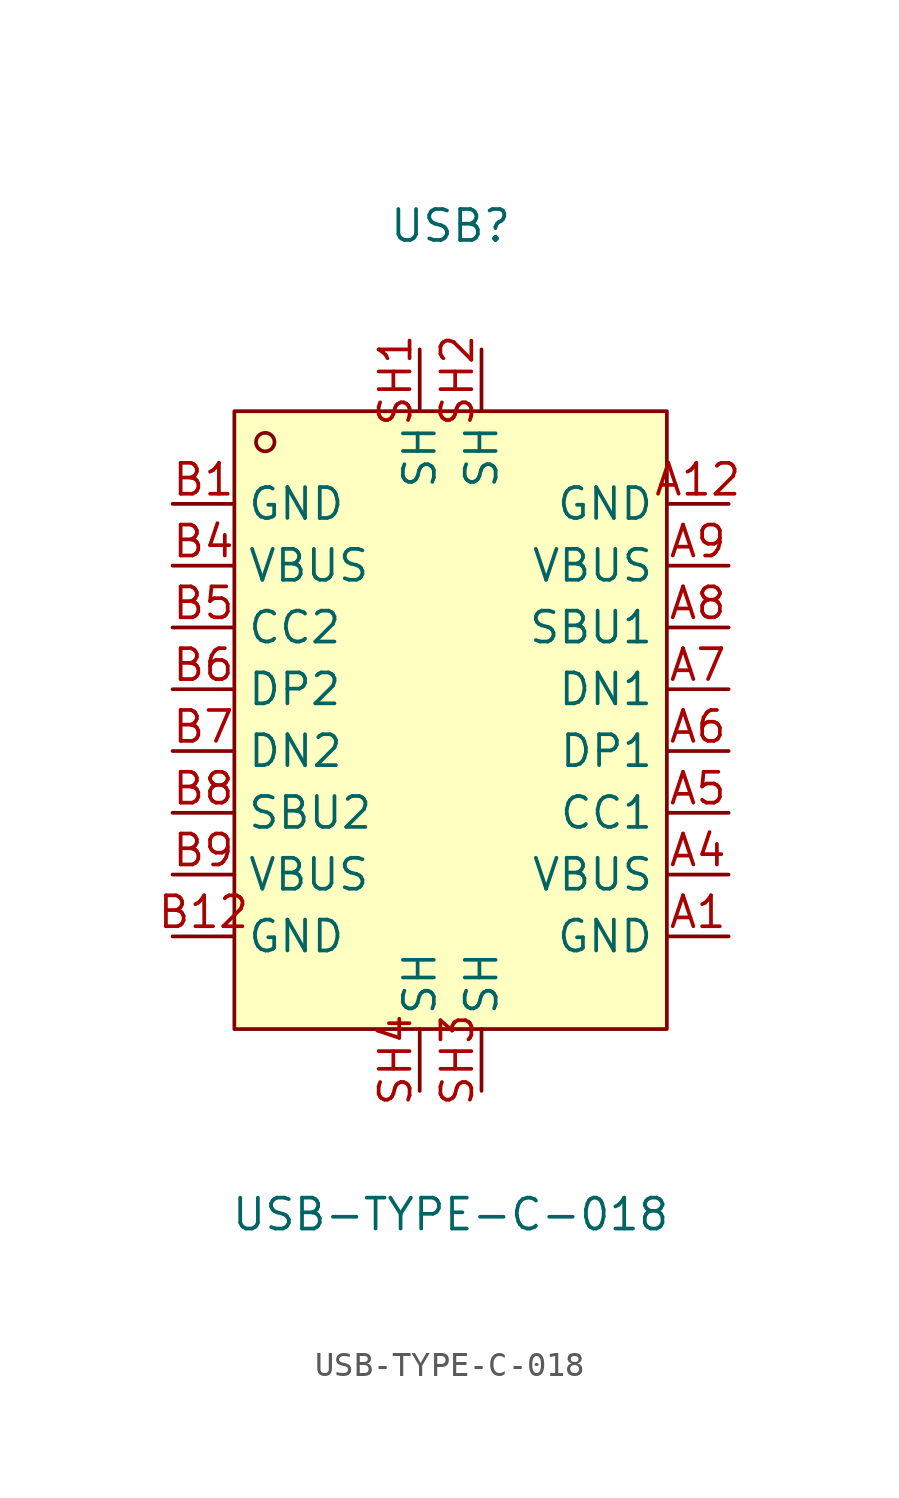
<source format=kicad_sym>
(kicad_symbol_lib
  (version 20241209)
  (generator "kicad_symbol_editor")
  (generator_version "9.0")
  (symbol "USB-TYPE-C-018"
    (property "Reference" "USB"
      (at 0 20.32 0)
      (effects (font (size 1.27 1.27))))
    (property "Value" "USB-TYPE-C-018"
      (at 0 -20.32 0)
      (effects (font (size 1.27 1.27))))
    (symbol "USB-TYPE-C-018_0_1"
      (rectangle (start -8.89 12.7) (end 8.89 -12.7) (stroke (width 0) (type default)) (fill (type background)))
      (circle (center -7.62 11.43) (radius 0.38) (stroke (width 0) (type default)) (fill (type none)))
      (pin unspecified line (at -11.43 8.89 0) (length 2.54) (name "GND" (effects (font (size 1.27 1.27)))) (number "B1" (effects (font (size 1.27 1.27)))))
      (pin unspecified line (at -11.43 6.35 0) (length 2.54) (name "VBUS" (effects (font (size 1.27 1.27)))) (number "B4" (effects (font (size 1.27 1.27)))))
      (pin unspecified line (at -11.43 3.81 0) (length 2.54) (name "CC2" (effects (font (size 1.27 1.27)))) (number "B5" (effects (font (size 1.27 1.27)))))
      (pin unspecified line (at -11.43 1.27 0) (length 2.54) (name "DP2" (effects (font (size 1.27 1.27)))) (number "B6" (effects (font (size 1.27 1.27)))))
      (pin unspecified line (at -11.43 -1.27 0) (length 2.54) (name "DN2" (effects (font (size 1.27 1.27)))) (number "B7" (effects (font (size 1.27 1.27)))))
      (pin unspecified line (at -11.43 -3.81 0) (length 2.54) (name "SBU2" (effects (font (size 1.27 1.27)))) (number "B8" (effects (font (size 1.27 1.27)))))
      (pin unspecified line (at -11.43 -6.35 0) (length 2.54) (name "VBUS" (effects (font (size 1.27 1.27)))) (number "B9" (effects (font (size 1.27 1.27)))))
      (pin unspecified line (at -11.43 -8.89 0) (length 2.54) (name "GND" (effects (font (size 1.27 1.27)))) (number "B12" (effects (font (size 1.27 1.27)))))
      (pin unspecified line (at 11.43 8.89 180) (length 2.54) (name "GND" (effects (font (size 1.27 1.27)))) (number "A12" (effects (font (size 1.27 1.27)))))
      (pin unspecified line (at 11.43 6.35 180) (length 2.54) (name "VBUS" (effects (font (size 1.27 1.27)))) (number "A9" (effects (font (size 1.27 1.27)))))
      (pin unspecified line (at 11.43 3.81 180) (length 2.54) (name "SBU1" (effects (font (size 1.27 1.27)))) (number "A8" (effects (font (size 1.27 1.27)))))
      (pin unspecified line (at 11.43 1.27 180) (length 2.54) (name "DN1" (effects (font (size 1.27 1.27)))) (number "A7" (effects (font (size 1.27 1.27)))))
      (pin unspecified line (at 11.43 -1.27 180) (length 2.54) (name "DP1" (effects (font (size 1.27 1.27)))) (number "A6" (effects (font (size 1.27 1.27)))))
      (pin unspecified line (at 11.43 -3.81 180) (length 2.54) (name "CC1" (effects (font (size 1.27 1.27)))) (number "A5" (effects (font (size 1.27 1.27)))))
      (pin unspecified line (at 11.43 -6.35 180) (length 2.54) (name "VBUS" (effects (font (size 1.27 1.27)))) (number "A4" (effects (font (size 1.27 1.27)))))
      (pin unspecified line (at 11.43 -8.89 180) (length 2.54) (name "GND" (effects (font (size 1.27 1.27)))) (number "A1" (effects (font (size 1.27 1.27))))))
    (symbol "USB-TYPE-C-018_1_1"
      (pin unspecified line (at -1.27 15.24 270) (length 2.54) (name "SH" (effects (font (size 1.27 1.27)))) (number "SH1" (effects (font (size 1.27 1.27)))))
      (pin unspecified line (at -1.27 -15.24 90) (length 2.54) (name "SH" (effects (font (size 1.27 1.27)))) (number "SH4" (effects (font (size 1.27 1.27)))))
      (pin unspecified line (at 1.27 15.24 270) (length 2.54) (name "SH" (effects (font (size 1.27 1.27)))) (number "SH2" (effects (font (size 1.27 1.27)))))
      (pin unspecified line (at 1.27 -15.24 90) (length 2.54) (name "SH" (effects (font (size 1.27 1.27)))) (number "SH3" (effects (font (size 1.27 1.27))))))))
</source>
